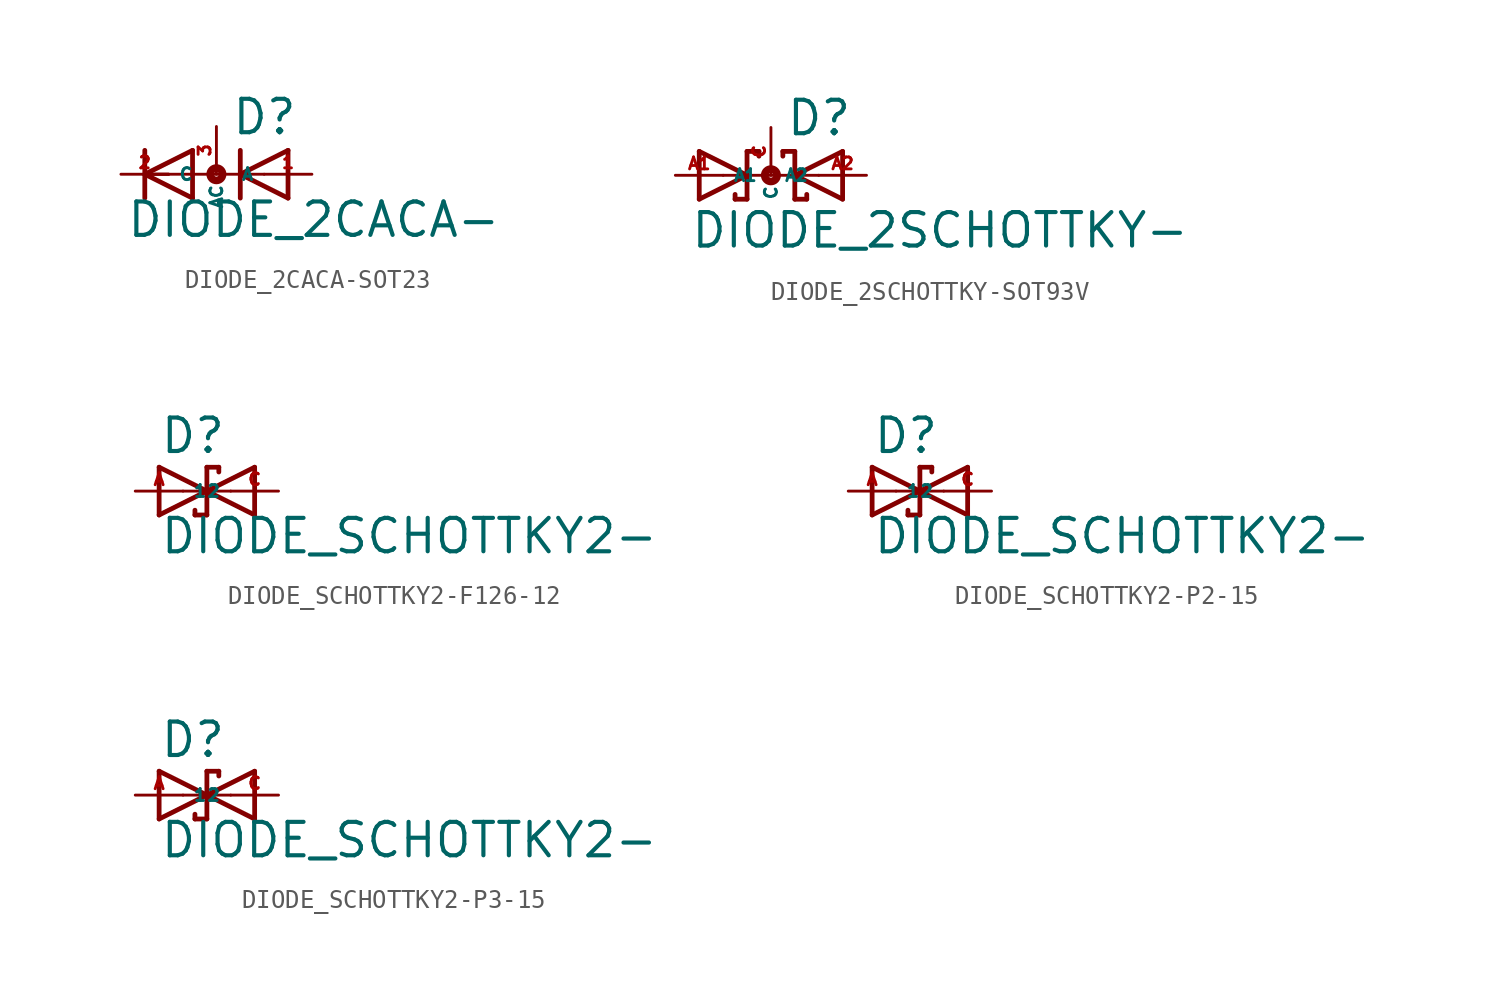
<source format=kicad_sym>
(kicad_symbol_lib
  (version 20220914)
  (generator Eagle2Kicad)
  (symbol "DIODE_2CACA-SOT23"
    (property "Reference" "D"
      (at 0.762 2.007 0)
      (effects (font (size 1.778 1.778) (thickness 0.22)) (justify left bottom)))
    (property "Value" "DIODE_2CACA-"
      (at -4.826 -3.454 0)
      (effects (font (size 1.778 1.778) (thickness 0.22)) (justify left bottom)))
    (polyline
      (pts (xy -1.27 1.27) (xy -3.81 0))
      (stroke (width 0.254) (type default))
      (fill (type none)))
    (polyline
      (pts (xy -3.81 0) (xy -1.27 -1.27))
      (stroke (width 0.254) (type default))
      (fill (type none)))
    (polyline
      (pts (xy -3.81 -1.27) (xy -3.81 0))
      (stroke (width 0.254) (type default))
      (fill (type none)))
    (polyline
      (pts (xy -2.54 0) (xy -3.81 0))
      (stroke (width 0.152) (type default))
      (fill (type none)))
    (polyline
      (pts (xy -1.27 -1.27) (xy -1.27 1.27))
      (stroke (width 0.254) (type default))
      (fill (type none)))
    (polyline
      (pts (xy -3.81 0) (xy -3.81 1.27))
      (stroke (width 0.254) (type default))
      (fill (type none)))
    (polyline
      (pts (xy 3.81 1.27) (xy 1.27 0))
      (stroke (width 0.254) (type default))
      (fill (type none)))
    (polyline
      (pts (xy 1.27 0) (xy 3.81 -1.27))
      (stroke (width 0.254) (type default))
      (fill (type none)))
    (polyline
      (pts (xy 1.27 -1.27) (xy 1.27 0))
      (stroke (width 0.254) (type default))
      (fill (type none)))
    (polyline
      (pts (xy -3.81 0) (xy 1.27 0))
      (stroke (width 0.152) (type default))
      (fill (type none)))
    (polyline
      (pts (xy 2.54 0) (xy 1.27 0))
      (stroke (width 0.152) (type default))
      (fill (type none)))
    (polyline
      (pts (xy 3.81 -1.27) (xy 3.81 1.27))
      (stroke (width 0.254) (type default))
      (fill (type none)))
    (polyline
      (pts (xy 1.27 0) (xy 1.27 1.27))
      (stroke (width 0.254) (type default))
      (fill (type none)))
    (circle
      (center 0 0)
      (radius 0.127)
      (stroke (width 0.406) (type default))
      (fill (type none)))
    (pin passive line
      (at -5.08 0 0)
      (length 2.54)
      (name "C" (effects (font (size 0.635 0.635) (thickness 0.08)) (justify left bottom)))
      (number "2" (effects (font (size 0.635 0.635) (thickness 0.08)) (justify left bottom))))
    (pin passive line
      (at 5.08 0 180)
      (length 2.54)
      (name "A" (effects (font (size 0.635 0.635) (thickness 0.08)) (justify left bottom)))
      (number "1" (effects (font (size 0.635 0.635) (thickness 0.08)) (justify left bottom))))
    (pin passive line
      (at 0 2.54 270)
      (length 2.54)
      (name "AC" (effects (font (size 0.635 0.635) (thickness 0.08)) (justify left bottom)))
      (number "3" (effects (font (size 0.635 0.635) (thickness 0.08)) (justify left bottom)))))
  (symbol "DIODE_2SCHOTTKY-SOT93V"
    (property "Reference" "D"
      (at 0.762 2.007 0)
      (effects (font (size 1.778 1.778) (thickness 0.22)) (justify left bottom)))
    (property "Value" "DIODE_2SCHOTTKY-"
      (at -4.318 -3.962 0)
      (effects (font (size 1.778 1.778) (thickness 0.22)) (justify left bottom)))
    (polyline
      (pts (xy -3.81 -1.27) (xy -1.27 0))
      (stroke (width 0.254) (type default))
      (fill (type none)))
    (polyline
      (pts (xy -1.27 0) (xy -3.81 1.27))
      (stroke (width 0.254) (type default))
      (fill (type none)))
    (polyline
      (pts (xy -2.54 0) (xy -1.27 0))
      (stroke (width 0.152) (type default))
      (fill (type none)))
    (polyline
      (pts (xy -3.81 1.27) (xy -3.81 -1.27))
      (stroke (width 0.254) (type default))
      (fill (type none)))
    (polyline
      (pts (xy 3.81 1.27) (xy 1.27 0))
      (stroke (width 0.254) (type default))
      (fill (type none)))
    (polyline
      (pts (xy 1.27 0) (xy 3.81 -1.27))
      (stroke (width 0.254) (type default))
      (fill (type none)))
    (polyline
      (pts (xy 2.54 0) (xy 1.27 0))
      (stroke (width 0.152) (type default))
      (fill (type none)))
    (polyline
      (pts (xy 3.81 -1.27) (xy 3.81 1.27))
      (stroke (width 0.254) (type default))
      (fill (type none)))
    (polyline
      (pts (xy -0.635 1.016) (xy -0.635 1.27))
      (stroke (width 0.254) (type default))
      (fill (type none)))
    (polyline
      (pts (xy -0.635 1.27) (xy -1.27 1.27))
      (stroke (width 0.254) (type default))
      (fill (type none)))
    (polyline
      (pts (xy -1.27 1.27) (xy -1.27 0))
      (stroke (width 0.254) (type default))
      (fill (type none)))
    (polyline
      (pts (xy -1.905 -1.016) (xy -1.905 -1.27))
      (stroke (width 0.254) (type default))
      (fill (type none)))
    (polyline
      (pts (xy -1.27 0) (xy -1.27 -1.27))
      (stroke (width 0.254) (type default))
      (fill (type none)))
    (polyline
      (pts (xy -1.27 -1.27) (xy -1.905 -1.27))
      (stroke (width 0.254) (type default))
      (fill (type none)))
    (polyline
      (pts (xy 1.905 -1.016) (xy 1.905 -1.27))
      (stroke (width 0.254) (type default))
      (fill (type none)))
    (polyline
      (pts (xy 1.905 -1.27) (xy 1.27 -1.27))
      (stroke (width 0.254) (type default))
      (fill (type none)))
    (polyline
      (pts (xy 1.27 -1.27) (xy 1.27 0))
      (stroke (width 0.254) (type default))
      (fill (type none)))
    (polyline
      (pts (xy 0.635 1.016) (xy 0.635 1.27))
      (stroke (width 0.254) (type default))
      (fill (type none)))
    (polyline
      (pts (xy 1.27 0) (xy 1.27 1.27))
      (stroke (width 0.254) (type default))
      (fill (type none)))
    (polyline
      (pts (xy 1.27 1.27) (xy 0.635 1.27))
      (stroke (width 0.254) (type default))
      (fill (type none)))
    (polyline
      (pts (xy -1.27 0) (xy 1.27 0))
      (stroke (width 0.152) (type default))
      (fill (type none)))
    (circle
      (center 0 0)
      (radius 0.127)
      (stroke (width 0.406) (type default))
      (fill (type none)))
    (pin passive line
      (at -5.08 0 0)
      (length 2.54)
      (name "A1" (effects (font (size 0.635 0.635) (thickness 0.08)) (justify left bottom)))
      (number "A1" (effects (font (size 0.635 0.635) (thickness 0.08)) (justify left bottom))))
    (pin passive line
      (at 5.08 0 180)
      (length 2.54)
      (name "A2" (effects (font (size 0.635 0.635) (thickness 0.08)) (justify left bottom)))
      (number "A2" (effects (font (size 0.635 0.635) (thickness 0.08)) (justify left bottom))))
    (pin passive line
      (at 0 2.54 270)
      (length 2.54)
      (name "C" (effects (font (size 0.635 0.635) (thickness 0.08)) (justify left bottom)))
      (number "C" (effects (font (size 0.635 0.635) (thickness 0.08)) (justify left bottom)))))
  (symbol "DIODE_SCHOTTKY2-F126-12"
    (property "Reference" "D"
      (at -1.27 1.905 0)
      (effects (font (size 1.778 1.778) (thickness 0.22)) (justify left bottom)))
    (property "Value" "DIODE_SCHOTTKY2-"
      (at -1.27 -3.429 0)
      (effects (font (size 1.778 1.778) (thickness 0.22)) (justify left bottom)))
    (polyline
      (pts (xy -1.27 -1.27) (xy 1.27 0))
      (stroke (width 0.254) (type default))
      (fill (type none)))
    (polyline
      (pts (xy 1.27 0) (xy -1.27 1.27))
      (stroke (width 0.254) (type default))
      (fill (type none)))
    (polyline
      (pts (xy 1.905 1.27) (xy 1.27 1.27))
      (stroke (width 0.254) (type default))
      (fill (type none)))
    (polyline
      (pts (xy 1.27 1.27) (xy 1.27 0))
      (stroke (width 0.254) (type default))
      (fill (type none)))
    (polyline
      (pts (xy 0 0) (xy 1.27 0))
      (stroke (width 0.152) (type default))
      (fill (type none)))
    (polyline
      (pts (xy -1.27 1.27) (xy -1.27 -1.27))
      (stroke (width 0.254) (type default))
      (fill (type none)))
    (polyline
      (pts (xy 1.27 0) (xy 1.27 -1.27))
      (stroke (width 0.254) (type default))
      (fill (type none)))
    (polyline
      (pts (xy 1.27 -1.27) (xy 0.635 -1.27))
      (stroke (width 0.254) (type default))
      (fill (type none)))
    (polyline
      (pts (xy 3.81 1.27) (xy 3.81 -1.27))
      (stroke (width 0.254) (type default))
      (fill (type none)))
    (polyline
      (pts (xy 3.81 -1.27) (xy 1.27 0))
      (stroke (width 0.254) (type default))
      (fill (type none)))
    (polyline
      (pts (xy 1.27 0) (xy 3.81 1.27))
      (stroke (width 0.254) (type default))
      (fill (type none)))
    (polyline
      (pts (xy 1.27 0) (xy 2.54 0))
      (stroke (width 0.152) (type default))
      (fill (type none)))
    (polyline
      (pts (xy 1.905 1.27) (xy 1.905 1.016))
      (stroke (width 0.254) (type default))
      (fill (type none)))
    (polyline
      (pts (xy 0.635 -1.016) (xy 0.635 -1.27))
      (stroke (width 0.254) (type default))
      (fill (type none)))
    (pin passive line
      (at -2.54 0 0)
      (length 2.54)
      (name "1" (effects (font (size 0.635 0.635) (thickness 0.08)) (justify left bottom)))
      (number "A" (effects (font (size 0.635 0.635) (thickness 0.08)) (justify left bottom))))
    (pin passive line
      (at 5.08 0 180)
      (length 2.54)
      (name "2" (effects (font (size 0.635 0.635) (thickness 0.08)) (justify left bottom)))
      (number "C" (effects (font (size 0.635 0.635) (thickness 0.08)) (justify left bottom)))))
  (symbol "DIODE_SCHOTTKY2-P2-15"
    (property "Reference" "D"
      (at -1.27 1.905 0)
      (effects (font (size 1.778 1.778) (thickness 0.22)) (justify left bottom)))
    (property "Value" "DIODE_SCHOTTKY2-"
      (at -1.27 -3.429 0)
      (effects (font (size 1.778 1.778) (thickness 0.22)) (justify left bottom)))
    (polyline
      (pts (xy -1.27 -1.27) (xy 1.27 0))
      (stroke (width 0.254) (type default))
      (fill (type none)))
    (polyline
      (pts (xy 1.27 0) (xy -1.27 1.27))
      (stroke (width 0.254) (type default))
      (fill (type none)))
    (polyline
      (pts (xy 1.905 1.27) (xy 1.27 1.27))
      (stroke (width 0.254) (type default))
      (fill (type none)))
    (polyline
      (pts (xy 1.27 1.27) (xy 1.27 0))
      (stroke (width 0.254) (type default))
      (fill (type none)))
    (polyline
      (pts (xy 0 0) (xy 1.27 0))
      (stroke (width 0.152) (type default))
      (fill (type none)))
    (polyline
      (pts (xy -1.27 1.27) (xy -1.27 -1.27))
      (stroke (width 0.254) (type default))
      (fill (type none)))
    (polyline
      (pts (xy 1.27 0) (xy 1.27 -1.27))
      (stroke (width 0.254) (type default))
      (fill (type none)))
    (polyline
      (pts (xy 1.27 -1.27) (xy 0.635 -1.27))
      (stroke (width 0.254) (type default))
      (fill (type none)))
    (polyline
      (pts (xy 3.81 1.27) (xy 3.81 -1.27))
      (stroke (width 0.254) (type default))
      (fill (type none)))
    (polyline
      (pts (xy 3.81 -1.27) (xy 1.27 0))
      (stroke (width 0.254) (type default))
      (fill (type none)))
    (polyline
      (pts (xy 1.27 0) (xy 3.81 1.27))
      (stroke (width 0.254) (type default))
      (fill (type none)))
    (polyline
      (pts (xy 1.27 0) (xy 2.54 0))
      (stroke (width 0.152) (type default))
      (fill (type none)))
    (polyline
      (pts (xy 1.905 1.27) (xy 1.905 1.016))
      (stroke (width 0.254) (type default))
      (fill (type none)))
    (polyline
      (pts (xy 0.635 -1.016) (xy 0.635 -1.27))
      (stroke (width 0.254) (type default))
      (fill (type none)))
    (pin passive line
      (at -2.54 0 0)
      (length 2.54)
      (name "1" (effects (font (size 0.635 0.635) (thickness 0.08)) (justify left bottom)))
      (number "A" (effects (font (size 0.635 0.635) (thickness 0.08)) (justify left bottom))))
    (pin passive line
      (at 5.08 0 180)
      (length 2.54)
      (name "2" (effects (font (size 0.635 0.635) (thickness 0.08)) (justify left bottom)))
      (number "C" (effects (font (size 0.635 0.635) (thickness 0.08)) (justify left bottom)))))
  (symbol "DIODE_SCHOTTKY2-P3-15"
    (property "Reference" "D"
      (at -1.27 1.905 0)
      (effects (font (size 1.778 1.778) (thickness 0.22)) (justify left bottom)))
    (property "Value" "DIODE_SCHOTTKY2-"
      (at -1.27 -3.429 0)
      (effects (font (size 1.778 1.778) (thickness 0.22)) (justify left bottom)))
    (polyline
      (pts (xy -1.27 -1.27) (xy 1.27 0))
      (stroke (width 0.254) (type default))
      (fill (type none)))
    (polyline
      (pts (xy 1.27 0) (xy -1.27 1.27))
      (stroke (width 0.254) (type default))
      (fill (type none)))
    (polyline
      (pts (xy 1.905 1.27) (xy 1.27 1.27))
      (stroke (width 0.254) (type default))
      (fill (type none)))
    (polyline
      (pts (xy 1.27 1.27) (xy 1.27 0))
      (stroke (width 0.254) (type default))
      (fill (type none)))
    (polyline
      (pts (xy 0 0) (xy 1.27 0))
      (stroke (width 0.152) (type default))
      (fill (type none)))
    (polyline
      (pts (xy -1.27 1.27) (xy -1.27 -1.27))
      (stroke (width 0.254) (type default))
      (fill (type none)))
    (polyline
      (pts (xy 1.27 0) (xy 1.27 -1.27))
      (stroke (width 0.254) (type default))
      (fill (type none)))
    (polyline
      (pts (xy 1.27 -1.27) (xy 0.635 -1.27))
      (stroke (width 0.254) (type default))
      (fill (type none)))
    (polyline
      (pts (xy 3.81 1.27) (xy 3.81 -1.27))
      (stroke (width 0.254) (type default))
      (fill (type none)))
    (polyline
      (pts (xy 3.81 -1.27) (xy 1.27 0))
      (stroke (width 0.254) (type default))
      (fill (type none)))
    (polyline
      (pts (xy 1.27 0) (xy 3.81 1.27))
      (stroke (width 0.254) (type default))
      (fill (type none)))
    (polyline
      (pts (xy 1.27 0) (xy 2.54 0))
      (stroke (width 0.152) (type default))
      (fill (type none)))
    (polyline
      (pts (xy 1.905 1.27) (xy 1.905 1.016))
      (stroke (width 0.254) (type default))
      (fill (type none)))
    (polyline
      (pts (xy 0.635 -1.016) (xy 0.635 -1.27))
      (stroke (width 0.254) (type default))
      (fill (type none)))
    (pin passive line
      (at -2.54 0 0)
      (length 2.54)
      (name "1" (effects (font (size 0.635 0.635) (thickness 0.08)) (justify left bottom)))
      (number "A" (effects (font (size 0.635 0.635) (thickness 0.08)) (justify left bottom))))
    (pin passive line
      (at 5.08 0 180)
      (length 2.54)
      (name "2" (effects (font (size 0.635 0.635) (thickness 0.08)) (justify left bottom)))
      (number "C" (effects (font (size 0.635 0.635) (thickness 0.08)) (justify left bottom))))))
</source>
